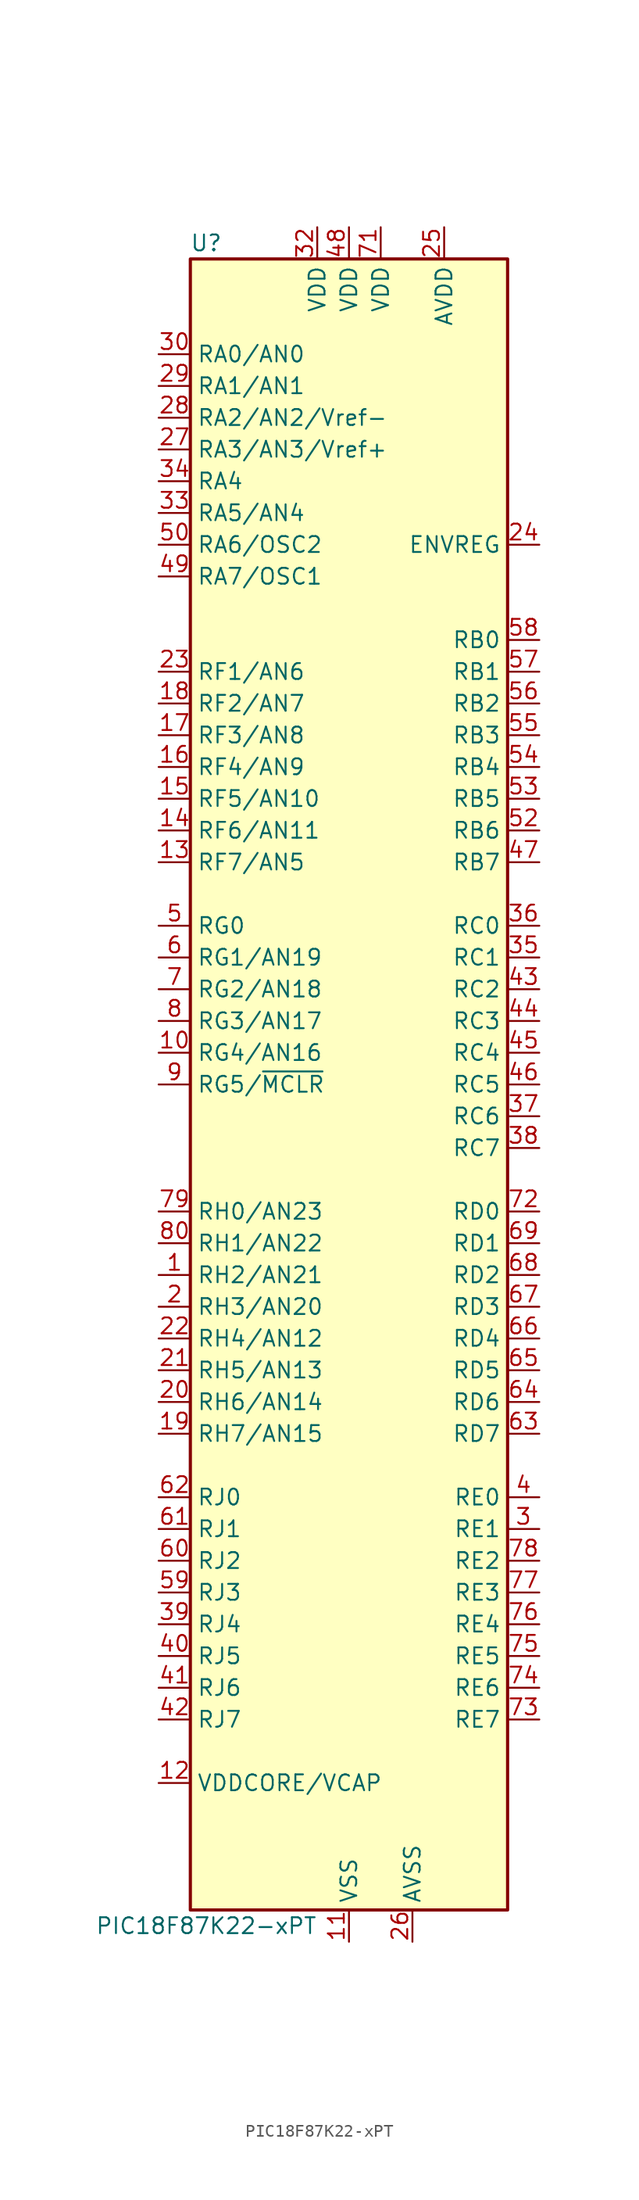
<source format=kicad_sym>
(kicad_symbol_lib
  (version 20201005)
  (generator kicad_symbol_editor)
  (symbol "MCU_Microchip_PIC18:PIC18F87K22-xPT"
    (property "Reference" "U"
      (at -11.43 67.31 0)
      (effects (font (size 1.27 1.27))))
    (property "Value" "PIC18F87K22-xPT"
      (at -11.43 -67.31 0)
      (effects (font (size 1.27 1.27))))
    (symbol "PIC18F87K22-xPT_0_1"
      (rectangle (start -12.7 66.04) (end 12.7 -66.04) (stroke (width 0.254)) (fill (type background))))
    (symbol "PIC18F87K22-xPT_1_1"
      (pin bidirectional line (at -15.24 -15.24 0) (length 2.54) (name "RH2/AN21" (effects (font (size 1.27 1.27)))) (number "1" (effects (font (size 1.27 1.27)))))
      (pin bidirectional line (at -15.24 2.54 0) (length 2.54) (name "RG4/AN16" (effects (font (size 1.27 1.27)))) (number "10" (effects (font (size 1.27 1.27)))))
      (pin power_in line (at 0 -68.58 90) (length 2.54) (name "VSS" (effects (font (size 1.27 1.27)))) (number "11" (effects (font (size 1.27 1.27)))))
      (pin passive line (at -15.24 -55.88 0) (length 2.54) (name "VDDCORE/VCAP" (effects (font (size 1.27 1.27)))) (number "12" (effects (font (size 1.27 1.27)))))
      (pin bidirectional line (at -15.24 17.78 0) (length 2.54) (name "RF7/AN5" (effects (font (size 1.27 1.27)))) (number "13" (effects (font (size 1.27 1.27)))))
      (pin bidirectional line (at -15.24 20.32 0) (length 2.54) (name "RF6/AN11" (effects (font (size 1.27 1.27)))) (number "14" (effects (font (size 1.27 1.27)))))
      (pin bidirectional line (at -15.24 22.86 0) (length 2.54) (name "RF5/AN10" (effects (font (size 1.27 1.27)))) (number "15" (effects (font (size 1.27 1.27)))))
      (pin bidirectional line (at -15.24 25.4 0) (length 2.54) (name "RF4/AN9" (effects (font (size 1.27 1.27)))) (number "16" (effects (font (size 1.27 1.27)))))
      (pin bidirectional line (at -15.24 27.94 0) (length 2.54) (name "RF3/AN8" (effects (font (size 1.27 1.27)))) (number "17" (effects (font (size 1.27 1.27)))))
      (pin bidirectional line (at -15.24 30.48 0) (length 2.54) (name "RF2/AN7" (effects (font (size 1.27 1.27)))) (number "18" (effects (font (size 1.27 1.27)))))
      (pin bidirectional line (at -15.24 -27.94 0) (length 2.54) (name "RH7/AN15" (effects (font (size 1.27 1.27)))) (number "19" (effects (font (size 1.27 1.27)))))
      (pin bidirectional line (at -15.24 -17.78 0) (length 2.54) (name "RH3/AN20" (effects (font (size 1.27 1.27)))) (number "2" (effects (font (size 1.27 1.27)))))
      (pin bidirectional line (at -15.24 -25.4 0) (length 2.54) (name "RH6/AN14" (effects (font (size 1.27 1.27)))) (number "20" (effects (font (size 1.27 1.27)))))
      (pin bidirectional line (at -15.24 -22.86 0) (length 2.54) (name "RH5/AN13" (effects (font (size 1.27 1.27)))) (number "21" (effects (font (size 1.27 1.27)))))
      (pin bidirectional line (at -15.24 -20.32 0) (length 2.54) (name "RH4/AN12" (effects (font (size 1.27 1.27)))) (number "22" (effects (font (size 1.27 1.27)))))
      (pin bidirectional line (at -15.24 33.02 0) (length 2.54) (name "RF1/AN6" (effects (font (size 1.27 1.27)))) (number "23" (effects (font (size 1.27 1.27)))))
      (pin input line (at 15.24 43.18 180) (length 2.54) (name "ENVREG" (effects (font (size 1.27 1.27)))) (number "24" (effects (font (size 1.27 1.27)))))
      (pin power_in line (at 7.62 68.58 270) (length 2.54) (name "AVDD" (effects (font (size 1.27 1.27)))) (number "25" (effects (font (size 1.27 1.27)))))
      (pin power_in line (at 5.08 -68.58 90) (length 2.54) (name "AVSS" (effects (font (size 1.27 1.27)))) (number "26" (effects (font (size 1.27 1.27)))))
      (pin bidirectional line (at -15.24 50.8 0) (length 2.54) (name "RA3/AN3/Vref+" (effects (font (size 1.27 1.27)))) (number "27" (effects (font (size 1.27 1.27)))))
      (pin bidirectional line (at -15.24 53.34 0) (length 2.54) (name "RA2/AN2/Vref-" (effects (font (size 1.27 1.27)))) (number "28" (effects (font (size 1.27 1.27)))))
      (pin bidirectional line (at -15.24 55.88 0) (length 2.54) (name "RA1/AN1" (effects (font (size 1.27 1.27)))) (number "29" (effects (font (size 1.27 1.27)))))
      (pin bidirectional line (at 15.24 -35.56 180) (length 2.54) (name "RE1" (effects (font (size 1.27 1.27)))) (number "3" (effects (font (size 1.27 1.27)))))
      (pin bidirectional line (at -15.24 58.42 0) (length 2.54) (name "RA0/AN0" (effects (font (size 1.27 1.27)))) (number "30" (effects (font (size 1.27 1.27)))))
      (pin passive line (at 0 -68.58 90) (length 2.54) hide (name "VSS" (effects (font (size 1.27 1.27)))) (number "31" (effects (font (size 1.27 1.27)))))
      (pin power_in line (at -2.54 68.58 270) (length 2.54) (name "VDD" (effects (font (size 1.27 1.27)))) (number "32" (effects (font (size 1.27 1.27)))))
      (pin bidirectional line (at -15.24 45.72 0) (length 2.54) (name "RA5/AN4" (effects (font (size 1.27 1.27)))) (number "33" (effects (font (size 1.27 1.27)))))
      (pin bidirectional line (at -15.24 48.26 0) (length 2.54) (name "RA4" (effects (font (size 1.27 1.27)))) (number "34" (effects (font (size 1.27 1.27)))))
      (pin bidirectional line (at 15.24 10.16 180) (length 2.54) (name "RC1" (effects (font (size 1.27 1.27)))) (number "35" (effects (font (size 1.27 1.27)))))
      (pin bidirectional line (at 15.24 12.7 180) (length 2.54) (name "RC0" (effects (font (size 1.27 1.27)))) (number "36" (effects (font (size 1.27 1.27)))))
      (pin bidirectional line (at 15.24 -2.54 180) (length 2.54) (name "RC6" (effects (font (size 1.27 1.27)))) (number "37" (effects (font (size 1.27 1.27)))))
      (pin bidirectional line (at 15.24 -5.08 180) (length 2.54) (name "RC7" (effects (font (size 1.27 1.27)))) (number "38" (effects (font (size 1.27 1.27)))))
      (pin bidirectional line (at -15.24 -43.18 0) (length 2.54) (name "RJ4" (effects (font (size 1.27 1.27)))) (number "39" (effects (font (size 1.27 1.27)))))
      (pin bidirectional line (at 15.24 -33.02 180) (length 2.54) (name "RE0" (effects (font (size 1.27 1.27)))) (number "4" (effects (font (size 1.27 1.27)))))
      (pin bidirectional line (at -15.24 -45.72 0) (length 2.54) (name "RJ5" (effects (font (size 1.27 1.27)))) (number "40" (effects (font (size 1.27 1.27)))))
      (pin bidirectional line (at -15.24 -48.26 0) (length 2.54) (name "RJ6" (effects (font (size 1.27 1.27)))) (number "41" (effects (font (size 1.27 1.27)))))
      (pin bidirectional line (at -15.24 -50.8 0) (length 2.54) (name "RJ7" (effects (font (size 1.27 1.27)))) (number "42" (effects (font (size 1.27 1.27)))))
      (pin bidirectional line (at 15.24 7.62 180) (length 2.54) (name "RC2" (effects (font (size 1.27 1.27)))) (number "43" (effects (font (size 1.27 1.27)))))
      (pin bidirectional line (at 15.24 5.08 180) (length 2.54) (name "RC3" (effects (font (size 1.27 1.27)))) (number "44" (effects (font (size 1.27 1.27)))))
      (pin bidirectional line (at 15.24 2.54 180) (length 2.54) (name "RC4" (effects (font (size 1.27 1.27)))) (number "45" (effects (font (size 1.27 1.27)))))
      (pin bidirectional line (at 15.24 0 180) (length 2.54) (name "RC5" (effects (font (size 1.27 1.27)))) (number "46" (effects (font (size 1.27 1.27)))))
      (pin bidirectional line (at 15.24 17.78 180) (length 2.54) (name "RB7" (effects (font (size 1.27 1.27)))) (number "47" (effects (font (size 1.27 1.27)))))
      (pin power_in line (at 0 68.58 270) (length 2.54) (name "VDD" (effects (font (size 1.27 1.27)))) (number "48" (effects (font (size 1.27 1.27)))))
      (pin bidirectional line (at -15.24 40.64 0) (length 2.54) (name "RA7/OSC1" (effects (font (size 1.27 1.27)))) (number "49" (effects (font (size 1.27 1.27)))))
      (pin bidirectional line (at -15.24 12.7 0) (length 2.54) (name "RG0" (effects (font (size 1.27 1.27)))) (number "5" (effects (font (size 1.27 1.27)))))
      (pin bidirectional line (at -15.24 43.18 0) (length 2.54) (name "RA6/OSC2" (effects (font (size 1.27 1.27)))) (number "50" (effects (font (size 1.27 1.27)))))
      (pin passive line (at 0 -68.58 90) (length 2.54) hide (name "VSS" (effects (font (size 1.27 1.27)))) (number "51" (effects (font (size 1.27 1.27)))))
      (pin bidirectional line (at 15.24 20.32 180) (length 2.54) (name "RB6" (effects (font (size 1.27 1.27)))) (number "52" (effects (font (size 1.27 1.27)))))
      (pin bidirectional line (at 15.24 22.86 180) (length 2.54) (name "RB5" (effects (font (size 1.27 1.27)))) (number "53" (effects (font (size 1.27 1.27)))))
      (pin bidirectional line (at 15.24 25.4 180) (length 2.54) (name "RB4" (effects (font (size 1.27 1.27)))) (number "54" (effects (font (size 1.27 1.27)))))
      (pin bidirectional line (at 15.24 27.94 180) (length 2.54) (name "RB3" (effects (font (size 1.27 1.27)))) (number "55" (effects (font (size 1.27 1.27)))))
      (pin bidirectional line (at 15.24 30.48 180) (length 2.54) (name "RB2" (effects (font (size 1.27 1.27)))) (number "56" (effects (font (size 1.27 1.27)))))
      (pin bidirectional line (at 15.24 33.02 180) (length 2.54) (name "RB1" (effects (font (size 1.27 1.27)))) (number "57" (effects (font (size 1.27 1.27)))))
      (pin bidirectional line (at 15.24 35.56 180) (length 2.54) (name "RB0" (effects (font (size 1.27 1.27)))) (number "58" (effects (font (size 1.27 1.27)))))
      (pin bidirectional line (at -15.24 -40.64 0) (length 2.54) (name "RJ3" (effects (font (size 1.27 1.27)))) (number "59" (effects (font (size 1.27 1.27)))))
      (pin bidirectional line (at -15.24 10.16 0) (length 2.54) (name "RG1/AN19" (effects (font (size 1.27 1.27)))) (number "6" (effects (font (size 1.27 1.27)))))
      (pin bidirectional line (at -15.24 -38.1 0) (length 2.54) (name "RJ2" (effects (font (size 1.27 1.27)))) (number "60" (effects (font (size 1.27 1.27)))))
      (pin bidirectional line (at -15.24 -35.56 0) (length 2.54) (name "RJ1" (effects (font (size 1.27 1.27)))) (number "61" (effects (font (size 1.27 1.27)))))
      (pin bidirectional line (at -15.24 -33.02 0) (length 2.54) (name "RJ0" (effects (font (size 1.27 1.27)))) (number "62" (effects (font (size 1.27 1.27)))))
      (pin bidirectional line (at 15.24 -27.94 180) (length 2.54) (name "RD7" (effects (font (size 1.27 1.27)))) (number "63" (effects (font (size 1.27 1.27)))))
      (pin bidirectional line (at 15.24 -25.4 180) (length 2.54) (name "RD6" (effects (font (size 1.27 1.27)))) (number "64" (effects (font (size 1.27 1.27)))))
      (pin bidirectional line (at 15.24 -22.86 180) (length 2.54) (name "RD5" (effects (font (size 1.27 1.27)))) (number "65" (effects (font (size 1.27 1.27)))))
      (pin bidirectional line (at 15.24 -20.32 180) (length 2.54) (name "RD4" (effects (font (size 1.27 1.27)))) (number "66" (effects (font (size 1.27 1.27)))))
      (pin bidirectional line (at 15.24 -17.78 180) (length 2.54) (name "RD3" (effects (font (size 1.27 1.27)))) (number "67" (effects (font (size 1.27 1.27)))))
      (pin bidirectional line (at 15.24 -15.24 180) (length 2.54) (name "RD2" (effects (font (size 1.27 1.27)))) (number "68" (effects (font (size 1.27 1.27)))))
      (pin bidirectional line (at 15.24 -12.7 180) (length 2.54) (name "RD1" (effects (font (size 1.27 1.27)))) (number "69" (effects (font (size 1.27 1.27)))))
      (pin bidirectional line (at -15.24 7.62 0) (length 2.54) (name "RG2/AN18" (effects (font (size 1.27 1.27)))) (number "7" (effects (font (size 1.27 1.27)))))
      (pin passive line (at 0 -68.58 90) (length 2.54) hide (name "VSS" (effects (font (size 1.27 1.27)))) (number "70" (effects (font (size 1.27 1.27)))))
      (pin power_in line (at 2.54 68.58 270) (length 2.54) (name "VDD" (effects (font (size 1.27 1.27)))) (number "71" (effects (font (size 1.27 1.27)))))
      (pin bidirectional line (at 15.24 -10.16 180) (length 2.54) (name "RD0" (effects (font (size 1.27 1.27)))) (number "72" (effects (font (size 1.27 1.27)))))
      (pin bidirectional line (at 15.24 -50.8 180) (length 2.54) (name "RE7" (effects (font (size 1.27 1.27)))) (number "73" (effects (font (size 1.27 1.27)))))
      (pin bidirectional line (at 15.24 -48.26 180) (length 2.54) (name "RE6" (effects (font (size 1.27 1.27)))) (number "74" (effects (font (size 1.27 1.27)))))
      (pin bidirectional line (at 15.24 -45.72 180) (length 2.54) (name "RE5" (effects (font (size 1.27 1.27)))) (number "75" (effects (font (size 1.27 1.27)))))
      (pin bidirectional line (at 15.24 -43.18 180) (length 2.54) (name "RE4" (effects (font (size 1.27 1.27)))) (number "76" (effects (font (size 1.27 1.27)))))
      (pin bidirectional line (at 15.24 -40.64 180) (length 2.54) (name "RE3" (effects (font (size 1.27 1.27)))) (number "77" (effects (font (size 1.27 1.27)))))
      (pin bidirectional line (at 15.24 -38.1 180) (length 2.54) (name "RE2" (effects (font (size 1.27 1.27)))) (number "78" (effects (font (size 1.27 1.27)))))
      (pin bidirectional line (at -15.24 -10.16 0) (length 2.54) (name "RH0/AN23" (effects (font (size 1.27 1.27)))) (number "79" (effects (font (size 1.27 1.27)))))
      (pin bidirectional line (at -15.24 5.08 0) (length 2.54) (name "RG3/AN17" (effects (font (size 1.27 1.27)))) (number "8" (effects (font (size 1.27 1.27)))))
      (pin bidirectional line (at -15.24 -12.7 0) (length 2.54) (name "RH1/AN22" (effects (font (size 1.27 1.27)))) (number "80" (effects (font (size 1.27 1.27)))))
      (pin bidirectional line (at -15.24 0 0) (length 2.54) (name "RG5/~MCLR~" (effects (font (size 1.27 1.27)))) (number "9" (effects (font (size 1.27 1.27))))))))
</source>
